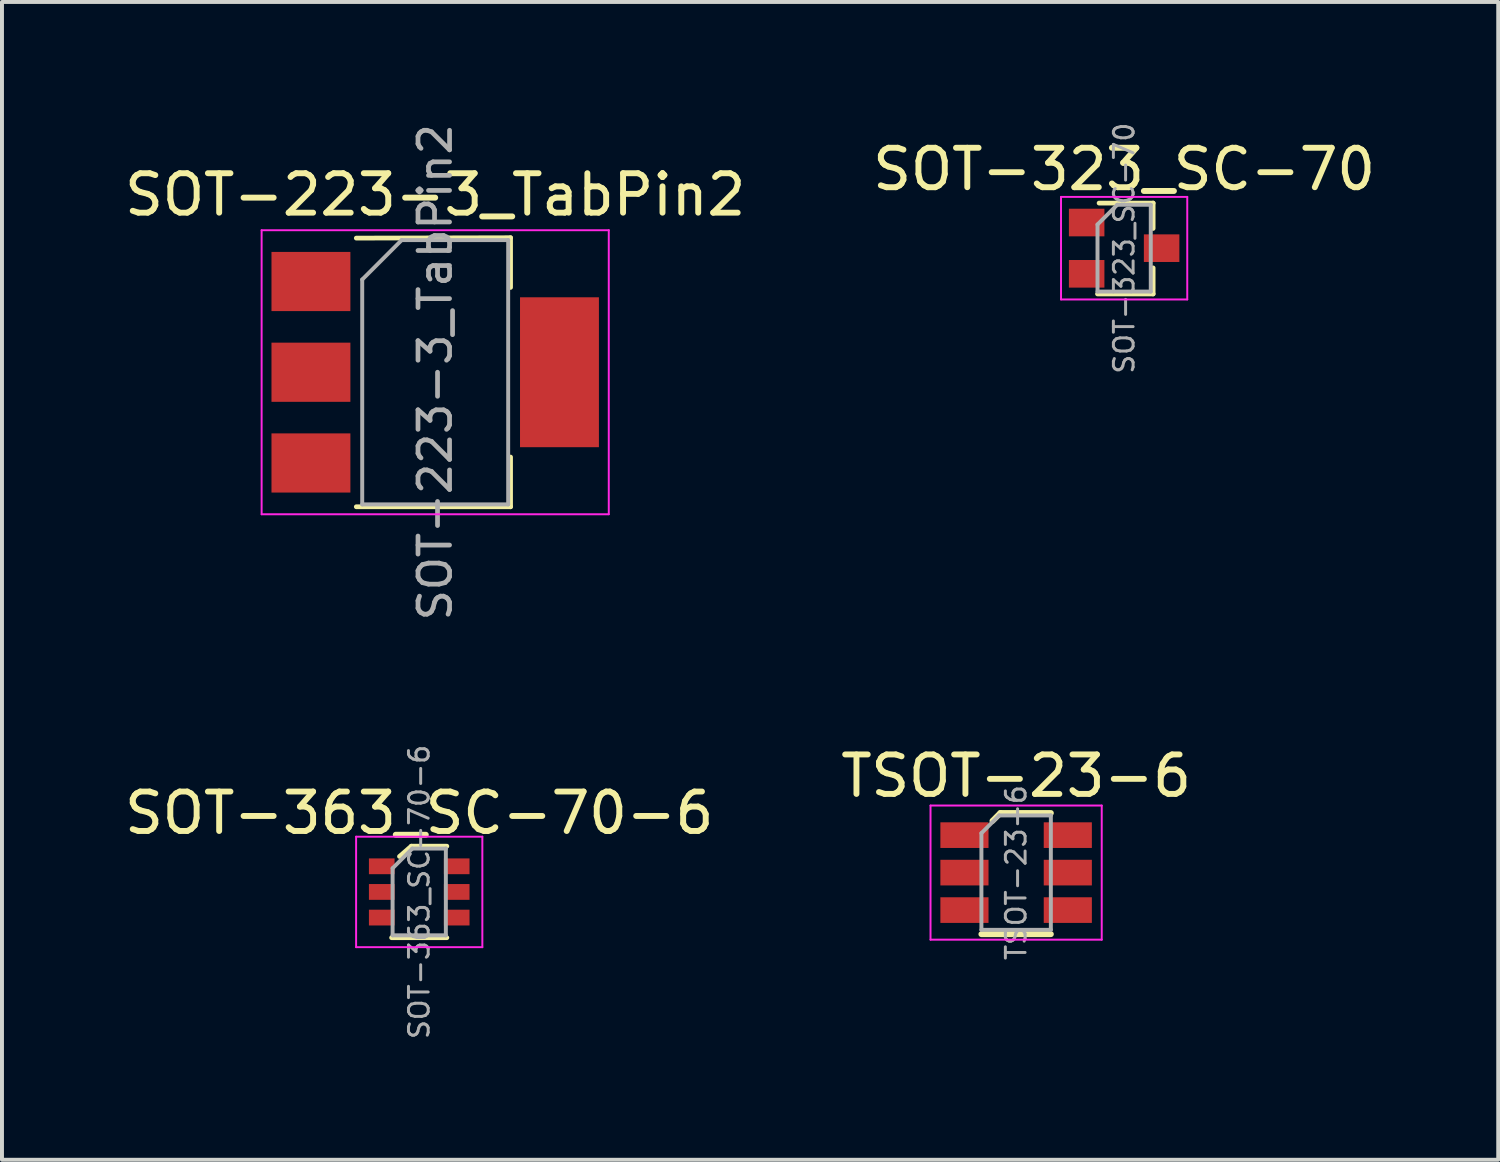
<source format=kicad_pcb>
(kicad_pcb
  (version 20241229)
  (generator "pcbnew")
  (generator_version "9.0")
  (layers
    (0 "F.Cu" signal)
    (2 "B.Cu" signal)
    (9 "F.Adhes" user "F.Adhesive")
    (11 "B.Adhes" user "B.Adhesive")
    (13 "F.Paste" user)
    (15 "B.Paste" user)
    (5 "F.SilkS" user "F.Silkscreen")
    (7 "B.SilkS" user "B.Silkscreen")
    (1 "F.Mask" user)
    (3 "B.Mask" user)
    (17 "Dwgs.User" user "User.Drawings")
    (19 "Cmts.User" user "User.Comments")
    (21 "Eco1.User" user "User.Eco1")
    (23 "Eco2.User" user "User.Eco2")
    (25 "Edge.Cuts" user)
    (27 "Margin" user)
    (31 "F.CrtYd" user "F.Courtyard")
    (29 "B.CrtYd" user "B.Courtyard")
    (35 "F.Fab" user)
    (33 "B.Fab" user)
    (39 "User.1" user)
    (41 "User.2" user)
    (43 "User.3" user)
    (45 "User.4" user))
  (footprint "SOT-223-3_TabPin2"
    (layer "F.Cu")
    (at 7.982 6.386)
    (property "Reference" "SOT-223-3_TabPin2" (at 0 -4.5 0) (layer "F.SilkS") (effects (font (size 1 1) (thickness 0.15))))
    (attr smd)
    (fp_line (start -2 -3.4) (end 1.91 -3.41) (stroke (width 0.12) (type solid)) (layer "F.SilkS"))
    (fp_line (start -2 3.41) (end 1.91 3.41) (stroke (width 0.12) (type solid)) (layer "F.SilkS"))
    (fp_line (start 1.91 -3.41) (end 1.91 -2.15) (stroke (width 0.12) (type solid)) (layer "F.SilkS"))
    (fp_line (start 1.91 3.41) (end 1.91 2.15) (stroke (width 0.12) (type solid)) (layer "F.SilkS"))
    (fp_line (start -4.4 -3.6) (end -4.4 3.6) (stroke (width 0.05) (type solid)) (layer "F.CrtYd"))
    (fp_line (start -4.4 3.6) (end 4.4 3.6) (stroke (width 0.05) (type solid)) (layer "F.CrtYd"))
    (fp_line (start 4.4 -3.6) (end -4.4 -3.6) (stroke (width 0.05) (type solid)) (layer "F.CrtYd"))
    (fp_line (start 4.4 3.6) (end 4.4 -3.6) (stroke (width 0.05) (type solid)) (layer "F.CrtYd"))
    (fp_line (start -1.85 -2.35) (end -1.85 3.35) (stroke (width 0.1) (type solid)) (layer "F.Fab"))
    (fp_line (start -1.85 -2.35) (end -0.85 -3.35) (stroke (width 0.1) (type solid)) (layer "F.Fab"))
    (fp_line (start -1.85 3.35) (end 1.85 3.35) (stroke (width 0.1) (type solid)) (layer "F.Fab"))
    (fp_line (start -0.85 -3.35) (end 1.85 -3.35) (stroke (width 0.1) (type solid)) (layer "F.Fab"))
    (fp_line (start 1.85 -3.35) (end 1.85 3.35) (stroke (width 0.1) (type solid)) (layer "F.Fab"))
    (fp_text user "${REFERENCE}" (at 0 0 90) (layer "F.Fab") (effects (font (size 0.8 0.8) (thickness 0.12))))
    (pad "1" smd rect (at -3.15 -2.3) (size 2 1.5) (layers "F.Cu" "F.Mask" "F.Paste"))
    (pad "2" smd rect (at -3.15 0) (size 2 1.5) (layers "F.Cu" "F.Mask" "F.Paste"))
    (pad "2" smd rect (at 3.15 0) (size 2 3.8) (layers "F.Cu" "F.Mask" "F.Paste"))
    (pad "3" smd rect (at -3.15 2.3) (size 2 1.5) (layers "F.Cu" "F.Mask" "F.Paste")))
  (footprint "SOT-323_SC-70"
    (layer "F.Cu")
    (at 25.446 3.241)
    (property "Reference" "SOT-323_SC-70" (at 0 -2 0) (layer "F.SilkS") (effects (font (size 1 1) (thickness 0.15))))
    (attr smd)
    (fp_line (start -0.675 1.16) (end 0.735 1.16) (stroke (width 0.12) (type solid)) (layer "F.SilkS"))
    (fp_line (start 0.735 -1.143) (end -0.635 -1.143) (stroke (width 0.12) (type solid)) (layer "F.SilkS"))
    (fp_line (start 0.735 -1.143) (end 0.735 -0.5) (stroke (width 0.12) (type solid)) (layer "F.SilkS"))
    (fp_line (start 0.735 0.5) (end 0.735 1.16) (stroke (width 0.12) (type solid)) (layer "F.SilkS"))
    (fp_line (start -1.6 -1.3) (end 1.6 -1.3) (stroke (width 0.05) (type solid)) (layer "F.CrtYd"))
    (fp_line (start -1.6 1.3) (end -1.6 -1.3) (stroke (width 0.05) (type solid)) (layer "F.CrtYd"))
    (fp_line (start 1.6 -1.3) (end 1.6 1.3) (stroke (width 0.05) (type solid)) (layer "F.CrtYd"))
    (fp_line (start 1.6 1.3) (end -1.6 1.3) (stroke (width 0.05) (type solid)) (layer "F.CrtYd"))
    (fp_line (start -0.675 -0.6) (end -0.675 1.1) (stroke (width 0.1) (type solid)) (layer "F.Fab"))
    (fp_line (start -0.175 -1.1) (end -0.675 -0.6) (stroke (width 0.1) (type solid)) (layer "F.Fab"))
    (fp_line (start 0.675 -1.1) (end -0.175 -1.1) (stroke (width 0.1) (type solid)) (layer "F.Fab"))
    (fp_line (start 0.675 -1.1) (end 0.675 1.1) (stroke (width 0.1) (type solid)) (layer "F.Fab"))
    (fp_line (start 0.675 1.1) (end -0.675 1.1) (stroke (width 0.1) (type solid)) (layer "F.Fab"))
    (fp_text user "${REFERENCE}" (at 0 0 90) (layer "F.Fab") (effects (font (size 0.5 0.5) (thickness 0.075))))
    (pad "1" smd rect (at -0.95 -0.65 270) (size 0.7 0.9) (layers "F.Cu" "F.Mask" "F.Paste"))
    (pad "2" smd rect (at -0.95 0.65 270) (size 0.7 0.9) (layers "F.Cu" "F.Mask" "F.Paste"))
    (pad "3" smd rect (at 0.95 0 270) (size 0.7 0.9) (layers "F.Cu" "F.Mask" "F.Paste")))
  (footprint "SOT-363_SC-70-6"
    (layer "F.Cu")
    (at 7.577 19.56)
    (property "Reference" "SOT-363_SC-70-6" (at 0 -2 0) (layer "F.SilkS") (effects (font (size 1 1) (thickness 0.15))))
    (attr smd)
    (fp_line (start -0.7 1.16) (end 0.7 1.16) (stroke (width 0.12) (type solid)) (layer "F.SilkS"))
    (fp_line (start -0.2 -1.16) (end -0.5 -0.9) (stroke (width 0.12) (type solid)) (layer "F.SilkS"))
    (fp_line (start 0.7 -1.16) (end -0.2 -1.16) (stroke (width 0.12) (type solid)) (layer "F.SilkS"))
    (fp_line (start -1.6 -1.4) (end -1.6 1.4) (stroke (width 0.05) (type solid)) (layer "F.CrtYd"))
    (fp_line (start -1.6 -1.4) (end 1.6 -1.4) (stroke (width 0.05) (type solid)) (layer "F.CrtYd"))
    (fp_line (start -1.6 1.4) (end 1.6 1.4) (stroke (width 0.05) (type solid)) (layer "F.CrtYd"))
    (fp_line (start 1.6 1.4) (end 1.6 -1.4) (stroke (width 0.05) (type solid)) (layer "F.CrtYd"))
    (fp_line (start -0.675 -0.6) (end -0.675 1.1) (stroke (width 0.1) (type solid)) (layer "F.Fab"))
    (fp_line (start -0.175 -1.1) (end -0.675 -0.6) (stroke (width 0.1) (type solid)) (layer "F.Fab"))
    (fp_line (start 0.675 -1.1) (end -0.175 -1.1) (stroke (width 0.1) (type solid)) (layer "F.Fab"))
    (fp_line (start 0.675 -1.1) (end 0.675 1.1) (stroke (width 0.1) (type solid)) (layer "F.Fab"))
    (fp_line (start 0.675 1.1) (end -0.675 1.1) (stroke (width 0.1) (type solid)) (layer "F.Fab"))
    (fp_text user "${REFERENCE}" (at 0 0 90) (layer "F.Fab") (effects (font (size 0.5 0.5) (thickness 0.075))))
    (pad "1" smd rect (at -0.95 -0.65) (size 0.65 0.4) (layers "F.Cu" "F.Mask" "F.Paste"))
    (pad "2" smd rect (at -0.95 0) (size 0.65 0.4) (layers "F.Cu" "F.Mask" "F.Paste"))
    (pad "3" smd rect (at -0.95 0.65) (size 0.65 0.4) (layers "F.Cu" "F.Mask" "F.Paste"))
    (pad "4" smd rect (at 0.95 0.65) (size 0.65 0.4) (layers "F.Cu" "F.Mask" "F.Paste"))
    (pad "5" smd rect (at 0.95 0) (size 0.65 0.4) (layers "F.Cu" "F.Mask" "F.Paste"))
    (pad "6" smd rect (at 0.95 -0.65) (size 0.65 0.4) (layers "F.Cu" "F.Mask" "F.Paste")))
  (footprint "TSOT-23-6"
    (layer "F.Cu")
    (at 22.708 19.07)
    (property "Reference" "TSOT-23-6" (at 0 -2.45 0) (layer "F.SilkS") (effects (font (size 1 1) (thickness 0.15))))
    (attr smd)
    (fp_line (start -0.88 1.56) (end 0.88 1.56) (stroke (width 0.15) (type solid)) (layer "F.SilkS"))
    (fp_line (start -0.4 -1.51) (end -0.6 -1.31) (stroke (width 0.15) (type solid)) (layer "F.SilkS"))
    (fp_line (start 0.88 -1.51) (end -0.4 -1.51) (stroke (width 0.15) (type solid)) (layer "F.SilkS"))
    (fp_line (start -2.17 -1.7) (end -2.17 1.7) (stroke (width 0.05) (type solid)) (layer "F.CrtYd"))
    (fp_line (start -2.17 -1.7) (end 2.17 -1.7) (stroke (width 0.05) (type solid)) (layer "F.CrtYd"))
    (fp_line (start 2.17 1.7) (end -2.17 1.7) (stroke (width 0.05) (type solid)) (layer "F.CrtYd"))
    (fp_line (start 2.17 1.7) (end 2.17 -1.7) (stroke (width 0.05) (type solid)) (layer "F.CrtYd"))
    (fp_line (start -0.88 -1) (end -0.88 1.45) (stroke (width 0.1) (type solid)) (layer "F.Fab"))
    (fp_line (start -0.88 -1) (end -0.43 -1.45) (stroke (width 0.1) (type solid)) (layer "F.Fab"))
    (fp_line (start 0.88 -1.45) (end -0.43 -1.45) (stroke (width 0.1) (type solid)) (layer "F.Fab"))
    (fp_line (start 0.88 -1.45) (end 0.88 1.45) (stroke (width 0.1) (type solid)) (layer "F.Fab"))
    (fp_line (start 0.88 1.45) (end -0.88 1.45) (stroke (width 0.1) (type solid)) (layer "F.Fab"))
    (fp_text user "${REFERENCE}" (at 0 0 90) (layer "F.Fab") (effects (font (size 0.5 0.5) (thickness 0.075))))
    (pad "1" smd rect (at -1.31 -0.95) (size 1.22 0.65) (layers "F.Cu" "F.Mask" "F.Paste"))
    (pad "2" smd rect (at -1.31 0) (size 1.22 0.65) (layers "F.Cu" "F.Mask" "F.Paste"))
    (pad "3" smd rect (at -1.31 0.95) (size 1.22 0.65) (layers "F.Cu" "F.Mask" "F.Paste"))
    (pad "4" smd rect (at 1.31 0.95) (size 1.22 0.65) (layers "F.Cu" "F.Mask" "F.Paste"))
    (pad "5" smd rect (at 1.31 0) (size 1.22 0.65) (layers "F.Cu" "F.Mask" "F.Paste"))
    (pad "6" smd rect (at 1.31 -0.95) (size 1.22 0.65) (layers "F.Cu" "F.Mask" "F.Paste")))
  (gr_rect
    (start -3 -3)
    (end 34.929 26.349)
    (stroke (width 0.1) (type default))
    (fill no)
    (layer "Edge.Cuts")))
</source>
